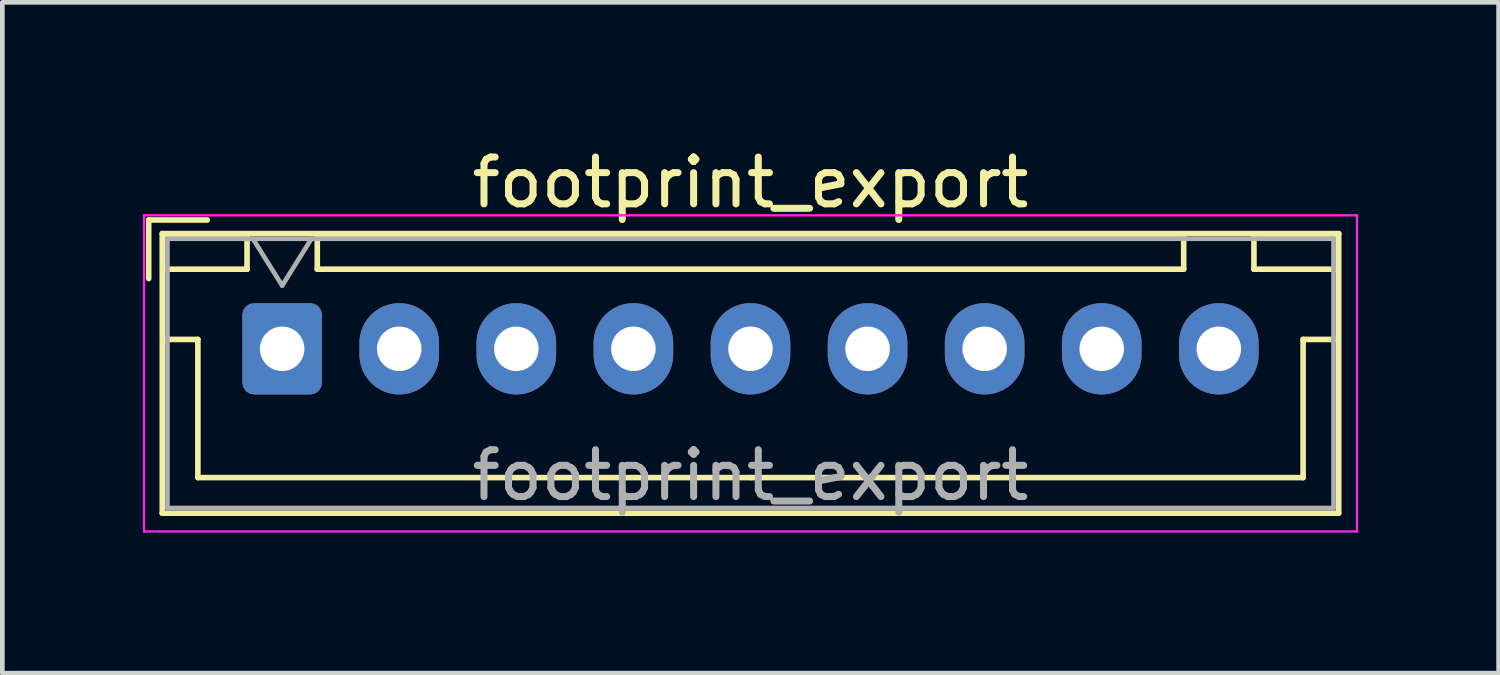
<source format=kicad_pcb>
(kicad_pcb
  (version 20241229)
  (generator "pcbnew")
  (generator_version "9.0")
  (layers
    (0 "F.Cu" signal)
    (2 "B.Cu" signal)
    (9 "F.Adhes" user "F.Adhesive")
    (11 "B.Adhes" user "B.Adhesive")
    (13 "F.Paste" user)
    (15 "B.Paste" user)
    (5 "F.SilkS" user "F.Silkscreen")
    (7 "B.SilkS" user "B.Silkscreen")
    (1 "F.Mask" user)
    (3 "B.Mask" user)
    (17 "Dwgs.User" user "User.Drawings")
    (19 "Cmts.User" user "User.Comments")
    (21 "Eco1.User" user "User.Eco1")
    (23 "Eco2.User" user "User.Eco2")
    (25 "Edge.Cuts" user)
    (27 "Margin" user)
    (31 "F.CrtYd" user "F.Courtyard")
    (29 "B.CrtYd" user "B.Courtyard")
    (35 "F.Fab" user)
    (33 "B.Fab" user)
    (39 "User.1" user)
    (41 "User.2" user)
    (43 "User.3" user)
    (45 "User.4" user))
  (footprint "footprint_export"
    (layer "F.Cu")
    (at 2.975 4.398)
    (property "Reference" "footprint_export" (at 10 -3.55 0) (layer "F.SilkS") (effects (font (size 1 1) (thickness 0.15))))
    (attr through_hole)
    (fp_line (start -2.85 -2.75) (end -2.85 -1.5) (stroke (width 0.12) (type solid)) (layer "F.SilkS"))
    (fp_line (start -2.56 -2.46) (end -2.56 3.51) (stroke (width 0.12) (type solid)) (layer "F.SilkS"))
    (fp_line (start -2.56 3.51) (end 22.56 3.51) (stroke (width 0.12) (type solid)) (layer "F.SilkS"))
    (fp_line (start -2.55 -2.45) (end -2.55 -1.7) (stroke (width 0.12) (type solid)) (layer "F.SilkS"))
    (fp_line (start -2.55 -1.7) (end -0.75 -1.7) (stroke (width 0.12) (type solid)) (layer "F.SilkS"))
    (fp_line (start -2.55 -0.2) (end -1.8 -0.2) (stroke (width 0.12) (type solid)) (layer "F.SilkS"))
    (fp_line (start -1.8 -0.2) (end -1.8 2.75) (stroke (width 0.12) (type solid)) (layer "F.SilkS"))
    (fp_line (start -1.8 2.75) (end 10 2.75) (stroke (width 0.12) (type solid)) (layer "F.SilkS"))
    (fp_line (start -1.6 -2.75) (end -2.85 -2.75) (stroke (width 0.12) (type solid)) (layer "F.SilkS"))
    (fp_line (start -0.75 -2.45) (end -2.55 -2.45) (stroke (width 0.12) (type solid)) (layer "F.SilkS"))
    (fp_line (start -0.75 -1.7) (end -0.75 -2.45) (stroke (width 0.12) (type solid)) (layer "F.SilkS"))
    (fp_line (start 0.75 -2.45) (end 0.75 -1.7) (stroke (width 0.12) (type solid)) (layer "F.SilkS"))
    (fp_line (start 0.75 -1.7) (end 19.25 -1.7) (stroke (width 0.12) (type solid)) (layer "F.SilkS"))
    (fp_line (start 19.25 -2.45) (end 0.75 -2.45) (stroke (width 0.12) (type solid)) (layer "F.SilkS"))
    (fp_line (start 19.25 -1.7) (end 19.25 -2.45) (stroke (width 0.12) (type solid)) (layer "F.SilkS"))
    (fp_line (start 20.75 -2.45) (end 20.75 -1.7) (stroke (width 0.12) (type solid)) (layer "F.SilkS"))
    (fp_line (start 20.75 -1.7) (end 22.55 -1.7) (stroke (width 0.12) (type solid)) (layer "F.SilkS"))
    (fp_line (start 21.8 -0.2) (end 21.8 2.75) (stroke (width 0.12) (type solid)) (layer "F.SilkS"))
    (fp_line (start 21.8 2.75) (end 10 2.75) (stroke (width 0.12) (type solid)) (layer "F.SilkS"))
    (fp_line (start 22.55 -2.45) (end 20.75 -2.45) (stroke (width 0.12) (type solid)) (layer "F.SilkS"))
    (fp_line (start 22.55 -1.7) (end 22.55 -2.45) (stroke (width 0.12) (type solid)) (layer "F.SilkS"))
    (fp_line (start 22.55 -0.2) (end 21.8 -0.2) (stroke (width 0.12) (type solid)) (layer "F.SilkS"))
    (fp_line (start 22.56 -2.46) (end -2.56 -2.46) (stroke (width 0.12) (type solid)) (layer "F.SilkS"))
    (fp_line (start 22.56 3.51) (end 22.56 -2.46) (stroke (width 0.12) (type solid)) (layer "F.SilkS"))
    (fp_line (start -2.95 -2.85) (end -2.95 3.9) (stroke (width 0.05) (type solid)) (layer "F.CrtYd"))
    (fp_line (start -2.95 3.9) (end 22.95 3.9) (stroke (width 0.05) (type solid)) (layer "F.CrtYd"))
    (fp_line (start 22.95 -2.85) (end -2.95 -2.85) (stroke (width 0.05) (type solid)) (layer "F.CrtYd"))
    (fp_line (start 22.95 3.9) (end 22.95 -2.85) (stroke (width 0.05) (type solid)) (layer "F.CrtYd"))
    (fp_line (start -2.45 -2.35) (end -2.45 3.4) (stroke (width 0.1) (type solid)) (layer "F.Fab"))
    (fp_line (start -2.45 3.4) (end 22.45 3.4) (stroke (width 0.1) (type solid)) (layer "F.Fab"))
    (fp_line (start -0.625 -2.35) (end 0 -1.35) (stroke (width 0.1) (type solid)) (layer "F.Fab"))
    (fp_line (start 0 -1.35) (end 0.625 -2.35) (stroke (width 0.1) (type solid)) (layer "F.Fab"))
    (fp_line (start 22.45 -2.35) (end -2.45 -2.35) (stroke (width 0.1) (type solid)) (layer "F.Fab"))
    (fp_line (start 22.45 3.4) (end 22.45 -2.35) (stroke (width 0.1) (type solid)) (layer "F.Fab"))
    (fp_text user "${REFERENCE}" (at 10 2.7 0) (layer "F.Fab") (effects (font (size 1 1) (thickness 0.15))))
    (pad "1" thru_hole roundrect (at 0 0) (size 1.7 1.95) (drill 0.95) (layers "*.Cu" "*.Mask") (roundrect_rratio 0.147))
    (pad "2" thru_hole oval (at 2.5 0) (size 1.7 1.95) (drill 0.95) (layers "*.Cu" "*.Mask"))
    (pad "3" thru_hole oval (at 5 0) (size 1.7 1.95) (drill 0.95) (layers "*.Cu" "*.Mask"))
    (pad "4" thru_hole oval (at 7.5 0) (size 1.7 1.95) (drill 0.95) (layers "*.Cu" "*.Mask"))
    (pad "5" thru_hole oval (at 10 0) (size 1.7 1.95) (drill 0.95) (layers "*.Cu" "*.Mask"))
    (pad "6" thru_hole oval (at 12.5 0) (size 1.7 1.95) (drill 0.95) (layers "*.Cu" "*.Mask"))
    (pad "7" thru_hole oval (at 15 0) (size 1.7 1.95) (drill 0.95) (layers "*.Cu" "*.Mask"))
    (pad "8" thru_hole oval (at 17.5 0) (size 1.7 1.95) (drill 0.95) (layers "*.Cu" "*.Mask"))
    (pad "9" thru_hole oval (at 20 0) (size 1.7 1.95) (drill 0.95) (layers "*.Cu" "*.Mask")))
  (gr_rect
    (start -3 -3)
    (end 28.95 11.323)
    (stroke (width 0.1) (type default))
    (fill no)
    (layer "Edge.Cuts")))
</source>
